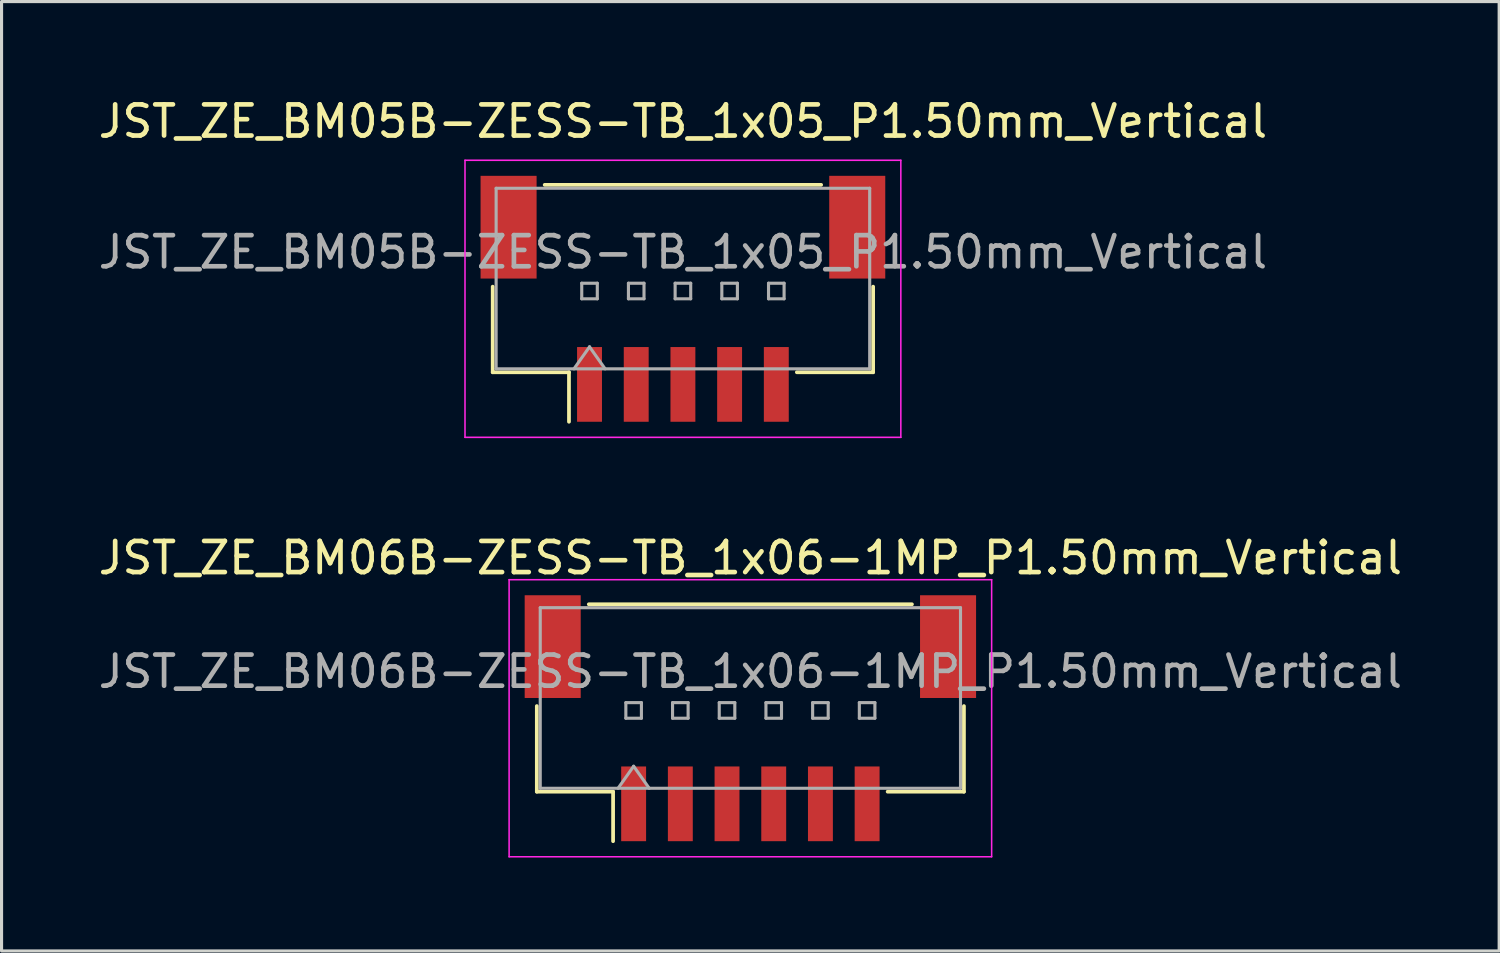
<source format=kicad_pcb>
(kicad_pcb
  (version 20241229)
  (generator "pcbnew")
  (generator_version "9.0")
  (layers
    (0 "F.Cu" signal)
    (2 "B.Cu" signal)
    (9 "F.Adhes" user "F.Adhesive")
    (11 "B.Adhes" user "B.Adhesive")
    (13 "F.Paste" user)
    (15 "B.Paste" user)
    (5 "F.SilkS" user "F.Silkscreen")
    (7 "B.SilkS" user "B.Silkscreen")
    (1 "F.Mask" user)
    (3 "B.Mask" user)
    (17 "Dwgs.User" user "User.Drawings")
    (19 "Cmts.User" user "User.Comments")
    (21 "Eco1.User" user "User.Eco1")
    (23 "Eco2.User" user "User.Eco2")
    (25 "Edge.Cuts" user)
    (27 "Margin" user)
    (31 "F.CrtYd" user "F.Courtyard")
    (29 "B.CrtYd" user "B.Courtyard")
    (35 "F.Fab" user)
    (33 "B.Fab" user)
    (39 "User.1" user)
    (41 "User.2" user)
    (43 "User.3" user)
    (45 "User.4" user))
  (footprint "JST_ZE_BM06B-ZESS-TB_1x06-1MP_P1.50mm_Vertical"
    (layer "F.Cu")
    (at 21.054 20.021)
    (property "Reference" "JST_ZE_BM06B-ZESS-TB_1x06-1MP_P1.50mm_Vertical" (at 0 -5.15 0) (layer "F.SilkS") (effects (font (size 1 1) (thickness 0.15))))
    (attr smd)
    (fp_line (start -6.86 -0.39) (end -6.86 2.36) (stroke (width 0.12) (type solid)) (layer "F.SilkS"))
    (fp_line (start -6.86 2.36) (end -4.41 2.36) (stroke (width 0.12) (type solid)) (layer "F.SilkS"))
    (fp_line (start -5.19 -3.66) (end 5.19 -3.66) (stroke (width 0.12) (type solid)) (layer "F.SilkS"))
    (fp_line (start -4.41 2.36) (end -4.41 3.95) (stroke (width 0.12) (type solid)) (layer "F.SilkS"))
    (fp_line (start 6.86 -0.39) (end 6.86 2.36) (stroke (width 0.12) (type solid)) (layer "F.SilkS"))
    (fp_line (start 6.86 2.36) (end 4.41 2.36) (stroke (width 0.12) (type solid)) (layer "F.SilkS"))
    (fp_line (start -7.75 -4.45) (end -7.75 4.45) (stroke (width 0.05) (type solid)) (layer "F.CrtYd"))
    (fp_line (start -7.75 4.45) (end 7.75 4.45) (stroke (width 0.05) (type solid)) (layer "F.CrtYd"))
    (fp_line (start 7.75 -4.45) (end -7.75 -4.45) (stroke (width 0.05) (type solid)) (layer "F.CrtYd"))
    (fp_line (start 7.75 4.45) (end 7.75 -4.45) (stroke (width 0.05) (type solid)) (layer "F.CrtYd"))
    (fp_line (start -6.75 -3.55) (end 6.75 -3.55) (stroke (width 0.1) (type solid)) (layer "F.Fab"))
    (fp_line (start -6.75 2.25) (end -6.75 -3.55) (stroke (width 0.1) (type solid)) (layer "F.Fab"))
    (fp_line (start -6.75 2.25) (end 6.75 2.25) (stroke (width 0.1) (type solid)) (layer "F.Fab"))
    (fp_line (start -4.25 2.25) (end -3.75 1.543) (stroke (width 0.1) (type solid)) (layer "F.Fab"))
    (fp_line (start -4 -0.5) (end -4 0) (stroke (width 0.1) (type solid)) (layer "F.Fab"))
    (fp_line (start -4 0) (end -3.5 0) (stroke (width 0.1) (type solid)) (layer "F.Fab"))
    (fp_line (start -3.75 1.543) (end -3.25 2.25) (stroke (width 0.1) (type solid)) (layer "F.Fab"))
    (fp_line (start -3.5 -0.5) (end -4 -0.5) (stroke (width 0.1) (type solid)) (layer "F.Fab"))
    (fp_line (start -3.5 0) (end -3.5 -0.5) (stroke (width 0.1) (type solid)) (layer "F.Fab"))
    (fp_line (start -2.5 -0.5) (end -2.5 0) (stroke (width 0.1) (type solid)) (layer "F.Fab"))
    (fp_line (start -2.5 0) (end -2 0) (stroke (width 0.1) (type solid)) (layer "F.Fab"))
    (fp_line (start -2 -0.5) (end -2.5 -0.5) (stroke (width 0.1) (type solid)) (layer "F.Fab"))
    (fp_line (start -2 0) (end -2 -0.5) (stroke (width 0.1) (type solid)) (layer "F.Fab"))
    (fp_line (start -1 -0.5) (end -1 0) (stroke (width 0.1) (type solid)) (layer "F.Fab"))
    (fp_line (start -1 0) (end -0.5 0) (stroke (width 0.1) (type solid)) (layer "F.Fab"))
    (fp_line (start -0.5 -0.5) (end -1 -0.5) (stroke (width 0.1) (type solid)) (layer "F.Fab"))
    (fp_line (start -0.5 0) (end -0.5 -0.5) (stroke (width 0.1) (type solid)) (layer "F.Fab"))
    (fp_line (start 0.5 -0.5) (end 0.5 0) (stroke (width 0.1) (type solid)) (layer "F.Fab"))
    (fp_line (start 0.5 0) (end 1 0) (stroke (width 0.1) (type solid)) (layer "F.Fab"))
    (fp_line (start 1 -0.5) (end 0.5 -0.5) (stroke (width 0.1) (type solid)) (layer "F.Fab"))
    (fp_line (start 1 0) (end 1 -0.5) (stroke (width 0.1) (type solid)) (layer "F.Fab"))
    (fp_line (start 2 -0.5) (end 2 0) (stroke (width 0.1) (type solid)) (layer "F.Fab"))
    (fp_line (start 2 0) (end 2.5 0) (stroke (width 0.1) (type solid)) (layer "F.Fab"))
    (fp_line (start 2.5 -0.5) (end 2 -0.5) (stroke (width 0.1) (type solid)) (layer "F.Fab"))
    (fp_line (start 2.5 0) (end 2.5 -0.5) (stroke (width 0.1) (type solid)) (layer "F.Fab"))
    (fp_line (start 3.5 -0.5) (end 3.5 0) (stroke (width 0.1) (type solid)) (layer "F.Fab"))
    (fp_line (start 3.5 0) (end 4 0) (stroke (width 0.1) (type solid)) (layer "F.Fab"))
    (fp_line (start 4 -0.5) (end 3.5 -0.5) (stroke (width 0.1) (type solid)) (layer "F.Fab"))
    (fp_line (start 4 0) (end 4 -0.5) (stroke (width 0.1) (type solid)) (layer "F.Fab"))
    (fp_line (start 6.75 2.25) (end 6.75 -3.55) (stroke (width 0.1) (type solid)) (layer "F.Fab"))
    (fp_text user "${REFERENCE}" (at 0 -1.5 0) (layer "F.Fab") (effects (font (size 1 1) (thickness 0.15))))
    (pad "1" smd rect (at -3.75 2.75) (size 0.8 2.4) (layers "F.Cu" "F.Mask" "F.Paste"))
    (pad "2" smd rect (at -2.25 2.75) (size 0.8 2.4) (layers "F.Cu" "F.Mask" "F.Paste"))
    (pad "3" smd rect (at -0.75 2.75) (size 0.8 2.4) (layers "F.Cu" "F.Mask" "F.Paste"))
    (pad "4" smd rect (at 0.75 2.75) (size 0.8 2.4) (layers "F.Cu" "F.Mask" "F.Paste"))
    (pad "5" smd rect (at 2.25 2.75) (size 0.8 2.4) (layers "F.Cu" "F.Mask" "F.Paste"))
    (pad "6" smd rect (at 3.75 2.75) (size 0.8 2.4) (layers "F.Cu" "F.Mask" "F.Paste"))
    (pad "MP" smd rect (at -6.35 -2.3) (size 1.8 3.3) (layers "F.Cu" "F.Mask" "F.Paste"))
    (pad "MP" smd rect (at 6.35 -2.3) (size 1.8 3.3) (layers "F.Cu" "F.Mask" "F.Paste")))
  (footprint "JST_ZE_BM05B-ZESS-TB_1x05_P1.50mm_Vertical"
    (layer "F.Cu")
    (at 18.887 6.548)
    (property "Reference" "JST_ZE_BM05B-ZESS-TB_1x05_P1.50mm_Vertical" (at 0 -5.7 0) (layer "F.SilkS") (effects (font (size 1 1) (thickness 0.15))))
    (attr smd)
    (fp_line (start -6.11 -0.39) (end -6.11 2.36) (stroke (width 0.12) (type solid)) (layer "F.SilkS"))
    (fp_line (start -6.11 2.36) (end -3.66 2.36) (stroke (width 0.12) (type solid)) (layer "F.SilkS"))
    (fp_line (start -4.44 -3.66) (end 4.44 -3.66) (stroke (width 0.12) (type solid)) (layer "F.SilkS"))
    (fp_line (start -3.66 2.36) (end -3.66 3.95) (stroke (width 0.12) (type solid)) (layer "F.SilkS"))
    (fp_line (start 6.11 -0.39) (end 6.11 2.36) (stroke (width 0.12) (type solid)) (layer "F.SilkS"))
    (fp_line (start 6.11 2.36) (end 3.66 2.36) (stroke (width 0.12) (type solid)) (layer "F.SilkS"))
    (fp_line (start -7 -4.45) (end -7 4.45) (stroke (width 0.05) (type solid)) (layer "F.CrtYd"))
    (fp_line (start -7 4.45) (end 7 4.45) (stroke (width 0.05) (type solid)) (layer "F.CrtYd"))
    (fp_line (start 7 -4.45) (end -7 -4.45) (stroke (width 0.05) (type solid)) (layer "F.CrtYd"))
    (fp_line (start 7 4.45) (end 7 -4.45) (stroke (width 0.05) (type solid)) (layer "F.CrtYd"))
    (fp_line (start -6 -3.55) (end 6 -3.55) (stroke (width 0.1) (type solid)) (layer "F.Fab"))
    (fp_line (start -6 2.25) (end -6 -3.55) (stroke (width 0.1) (type solid)) (layer "F.Fab"))
    (fp_line (start -6 2.25) (end 6 2.25) (stroke (width 0.1) (type solid)) (layer "F.Fab"))
    (fp_line (start -3.5 2.25) (end -3 1.543) (stroke (width 0.1) (type solid)) (layer "F.Fab"))
    (fp_line (start -3.25 -0.5) (end -3.25 0) (stroke (width 0.1) (type solid)) (layer "F.Fab"))
    (fp_line (start -3.25 0) (end -2.75 0) (stroke (width 0.1) (type solid)) (layer "F.Fab"))
    (fp_line (start -3 1.543) (end -2.5 2.25) (stroke (width 0.1) (type solid)) (layer "F.Fab"))
    (fp_line (start -2.75 -0.5) (end -3.25 -0.5) (stroke (width 0.1) (type solid)) (layer "F.Fab"))
    (fp_line (start -2.75 0) (end -2.75 -0.5) (stroke (width 0.1) (type solid)) (layer "F.Fab"))
    (fp_line (start -1.75 -0.5) (end -1.75 0) (stroke (width 0.1) (type solid)) (layer "F.Fab"))
    (fp_line (start -1.75 0) (end -1.25 0) (stroke (width 0.1) (type solid)) (layer "F.Fab"))
    (fp_line (start -1.25 -0.5) (end -1.75 -0.5) (stroke (width 0.1) (type solid)) (layer "F.Fab"))
    (fp_line (start -1.25 0) (end -1.25 -0.5) (stroke (width 0.1) (type solid)) (layer "F.Fab"))
    (fp_line (start -0.25 -0.5) (end -0.25 0) (stroke (width 0.1) (type solid)) (layer "F.Fab"))
    (fp_line (start -0.25 0) (end 0.25 0) (stroke (width 0.1) (type solid)) (layer "F.Fab"))
    (fp_line (start 0.25 -0.5) (end -0.25 -0.5) (stroke (width 0.1) (type solid)) (layer "F.Fab"))
    (fp_line (start 0.25 0) (end 0.25 -0.5) (stroke (width 0.1) (type solid)) (layer "F.Fab"))
    (fp_line (start 1.25 -0.5) (end 1.25 0) (stroke (width 0.1) (type solid)) (layer "F.Fab"))
    (fp_line (start 1.25 0) (end 1.75 0) (stroke (width 0.1) (type solid)) (layer "F.Fab"))
    (fp_line (start 1.75 -0.5) (end 1.25 -0.5) (stroke (width 0.1) (type solid)) (layer "F.Fab"))
    (fp_line (start 1.75 0) (end 1.75 -0.5) (stroke (width 0.1) (type solid)) (layer "F.Fab"))
    (fp_line (start 2.75 -0.5) (end 2.75 0) (stroke (width 0.1) (type solid)) (layer "F.Fab"))
    (fp_line (start 2.75 0) (end 3.25 0) (stroke (width 0.1) (type solid)) (layer "F.Fab"))
    (fp_line (start 3.25 -0.5) (end 2.75 -0.5) (stroke (width 0.1) (type solid)) (layer "F.Fab"))
    (fp_line (start 3.25 0) (end 3.25 -0.5) (stroke (width 0.1) (type solid)) (layer "F.Fab"))
    (fp_line (start 6 2.25) (end 6 -3.55) (stroke (width 0.1) (type solid)) (layer "F.Fab"))
    (fp_text user "${REFERENCE}" (at 0 -1.5 0) (layer "F.Fab") (effects (font (size 1 1) (thickness 0.15))))
    (pad "" smd rect (at -5.6 -2.3) (size 1.8 3.3) (layers "F.Cu" "F.Mask" "F.Paste"))
    (pad "" smd rect (at 5.6 -2.3) (size 1.8 3.3) (layers "F.Cu" "F.Mask" "F.Paste"))
    (pad "1" smd rect (at -3 2.75) (size 0.8 2.4) (layers "F.Cu" "F.Mask" "F.Paste"))
    (pad "2" smd rect (at -1.5 2.75) (size 0.8 2.4) (layers "F.Cu" "F.Mask" "F.Paste"))
    (pad "3" smd rect (at 0 2.75) (size 0.8 2.4) (layers "F.Cu" "F.Mask" "F.Paste"))
    (pad "4" smd rect (at 1.5 2.75) (size 0.8 2.4) (layers "F.Cu" "F.Mask" "F.Paste"))
    (pad "5" smd rect (at 3 2.75) (size 0.8 2.4) (layers "F.Cu" "F.Mask" "F.Paste")))
  (gr_rect
    (start -3 -3)
    (end 45.107 27.497)
    (stroke (width 0.1) (type default))
    (fill no)
    (layer "Edge.Cuts")))
</source>
